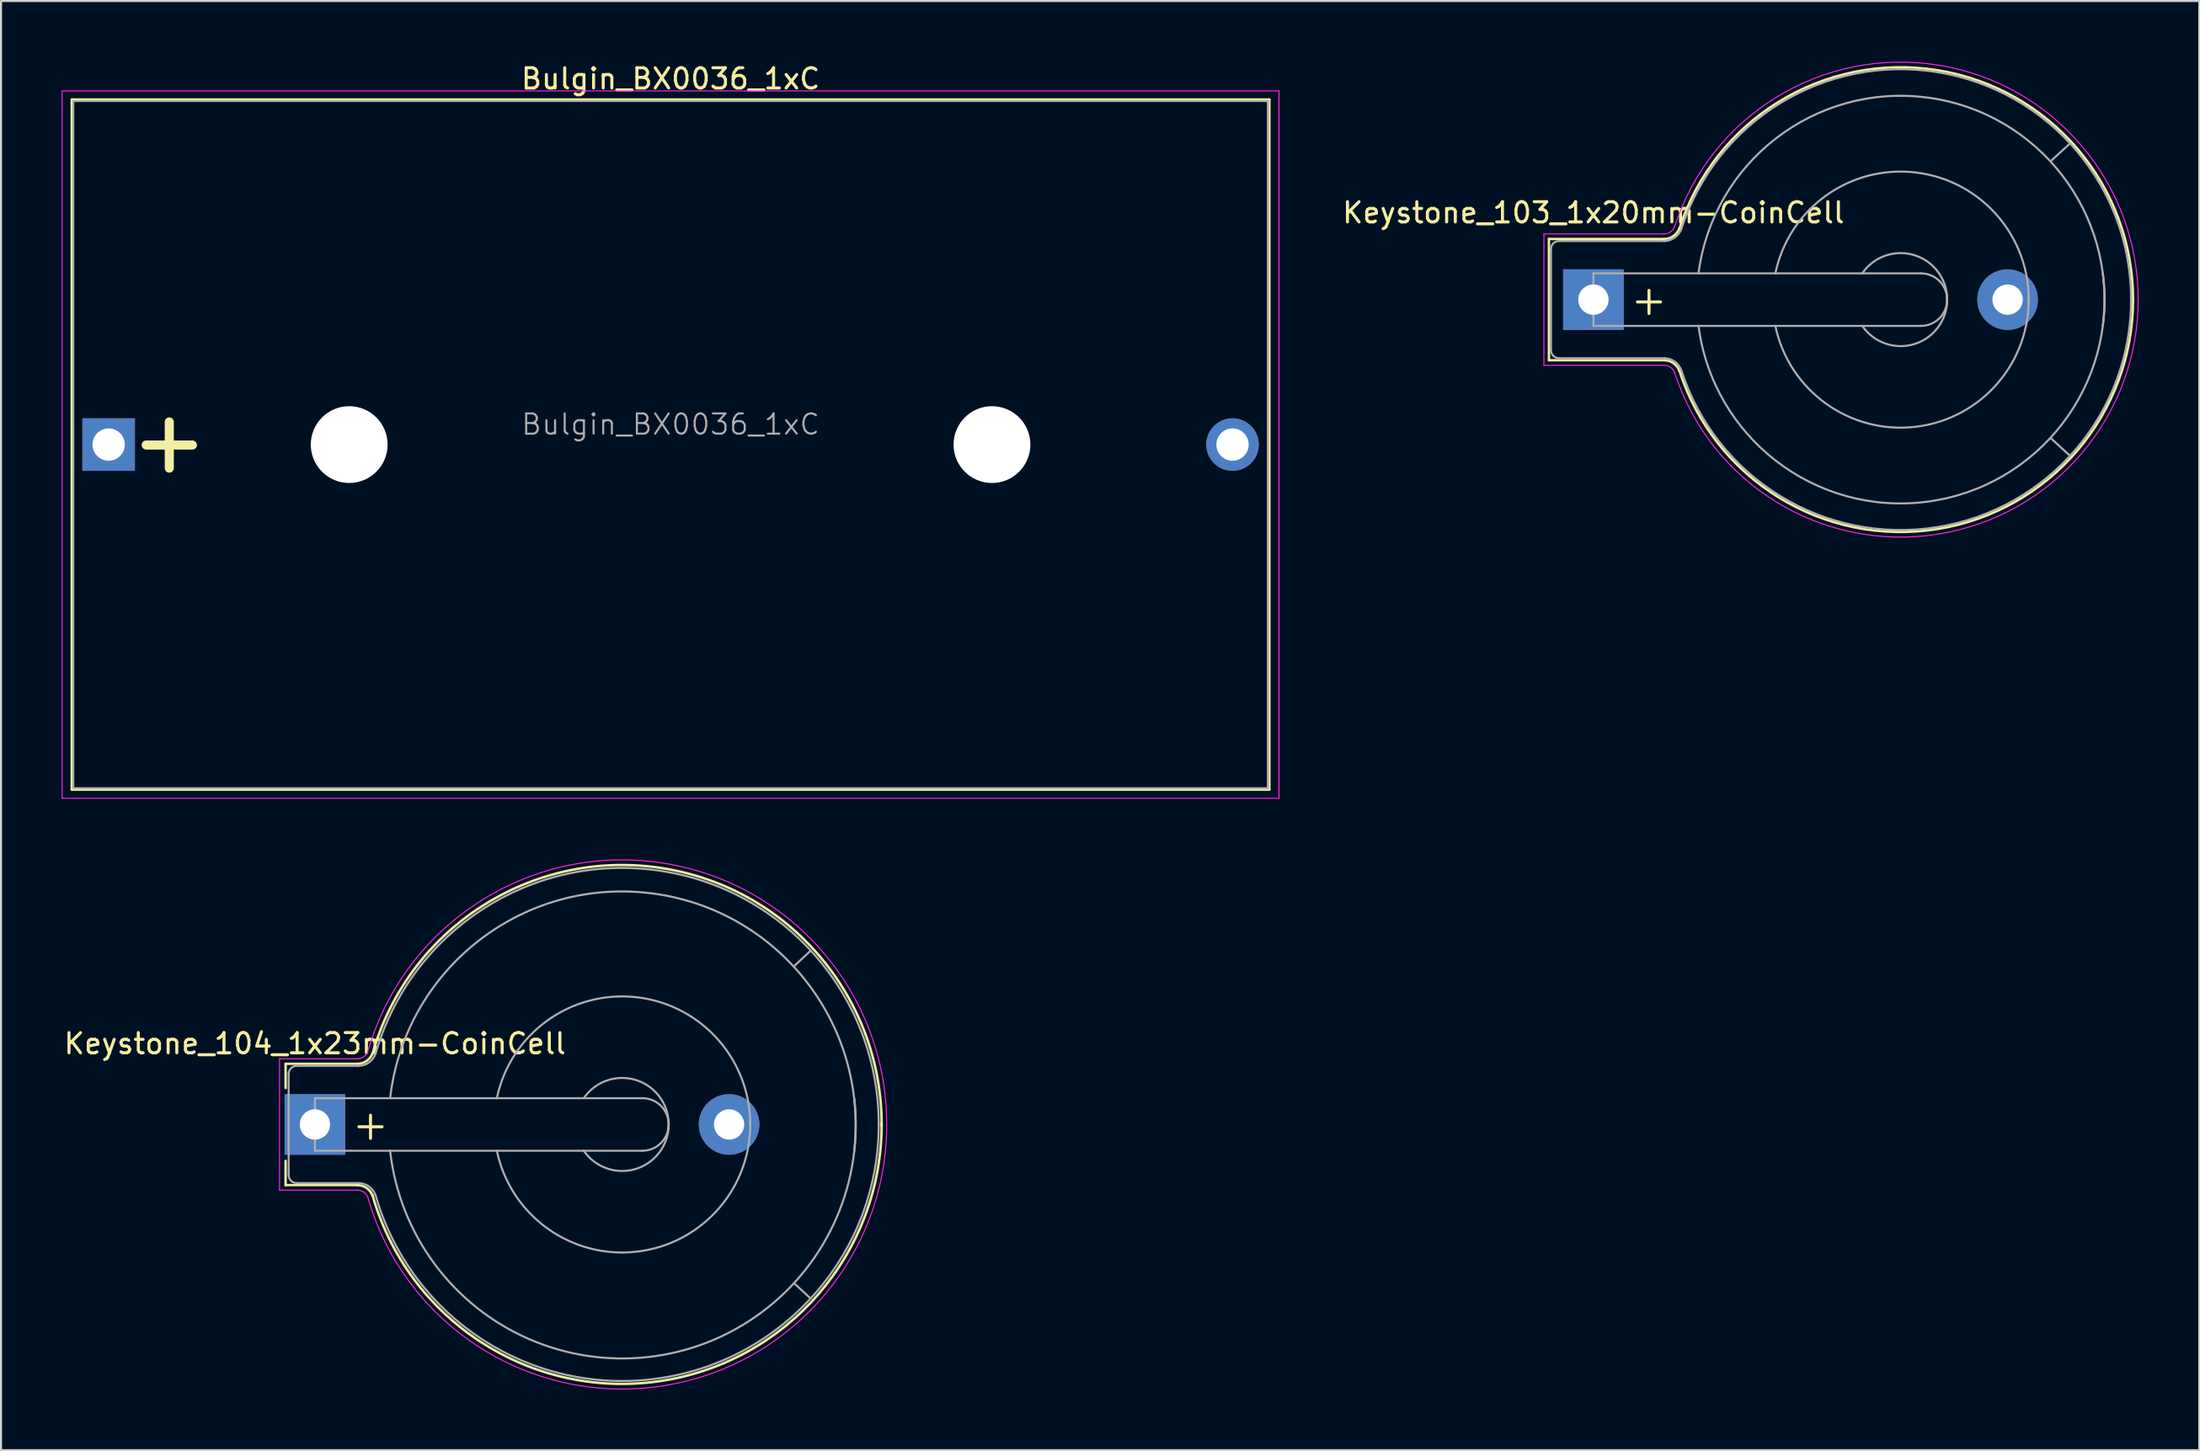
<source format=kicad_pcb>
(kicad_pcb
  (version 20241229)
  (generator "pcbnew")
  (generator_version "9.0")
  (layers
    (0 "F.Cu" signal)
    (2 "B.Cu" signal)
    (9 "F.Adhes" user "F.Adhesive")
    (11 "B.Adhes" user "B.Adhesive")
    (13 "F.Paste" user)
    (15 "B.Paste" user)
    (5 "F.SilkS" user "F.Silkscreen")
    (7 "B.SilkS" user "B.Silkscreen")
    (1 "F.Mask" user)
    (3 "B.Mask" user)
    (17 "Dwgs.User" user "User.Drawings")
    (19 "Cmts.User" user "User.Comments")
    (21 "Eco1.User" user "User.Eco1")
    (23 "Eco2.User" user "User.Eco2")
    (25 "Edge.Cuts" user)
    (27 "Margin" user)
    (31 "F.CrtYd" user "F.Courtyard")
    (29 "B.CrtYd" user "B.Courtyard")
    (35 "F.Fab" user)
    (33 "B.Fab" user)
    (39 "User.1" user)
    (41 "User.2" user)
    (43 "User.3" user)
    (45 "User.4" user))
  (footprint "Keystone_103_1x20mm-CoinCell"
    (layer "F.Cu")
    (at 75.78 11.775)
    (property "Reference" "Keystone_103_1x20mm-CoinCell" (at 0 -4.3 0) (layer "F.SilkS") (effects (font (size 1 1) (thickness 0.15))))
    (attr through_hole)
    (fp_line (start -2.2 -3) (end 3.5 -3) (stroke (width 0.12) (type solid)) (layer "F.SilkS"))
    (fp_line (start -2.2 3) (end -2.2 -3) (stroke (width 0.12) (type solid)) (layer "F.SilkS"))
    (fp_line (start -2.2 3) (end 3.5 3) (stroke (width 0.12) (type solid)) (layer "F.SilkS"))
    (fp_arc (start 3.5 3) (mid 3.958861 3.144678) (end 4.251754 3.526384) (stroke (width 0.12) (type solid)) (layer "F.SilkS"))
    (fp_arc (start 4.25 -3.5) (mid 16.993514 -11.35499) (end 26.695671 0.045281) (stroke (width 0.12) (type solid)) (layer "F.SilkS"))
    (fp_arc (start 4.251754 -3.526384) (mid 3.958861 -3.144678) (end 3.5 -3) (stroke (width 0.12) (type solid)) (layer "F.SilkS"))
    (fp_arc (start 26.695671 -0.045281) (mid 16.993514 11.35499) (end 4.25 3.5) (stroke (width 0.12) (type solid)) (layer "F.SilkS"))
    (fp_line (start -2.45 -3.25) (end 3.5 -3.25) (stroke (width 0.05) (type solid)) (layer "F.CrtYd"))
    (fp_line (start -2.45 3.25) (end -2.45 -3.25) (stroke (width 0.05) (type solid)) (layer "F.CrtYd"))
    (fp_line (start -2.45 3.25) (end 3.5 3.25) (stroke (width 0.05) (type solid)) (layer "F.CrtYd"))
    (fp_arc (start 3.5 3.25) (mid 3.815467 3.349466) (end 4.016831 3.611889) (stroke (width 0.05) (type solid)) (layer "F.CrtYd"))
    (fp_arc (start 4.015 -3.6) (mid 17.056602 -11.602468) (end 26.949865 0.069987) (stroke (width 0.05) (type solid)) (layer "F.CrtYd"))
    (fp_arc (start 4.016831 -3.611889) (mid 3.815467 -3.349466) (end 3.5 -3.25) (stroke (width 0.05) (type solid)) (layer "F.CrtYd"))
    (fp_arc (start 26.949865 -0.069987) (mid 17.056602 11.602468) (end 4.015 3.6) (stroke (width 0.05) (type solid)) (layer "F.CrtYd"))
    (fp_line (start -2.1 -2.5) (end -2.1 2.5) (stroke (width 0.1) (type solid)) (layer "F.Fab"))
    (fp_line (start -1.7 2.9) (end 3.531 2.9) (stroke (width 0.1) (type solid)) (layer "F.Fab"))
    (fp_line (start 0 -1.3) (end 0 1.3) (stroke (width 0.1) (type solid)) (layer "F.Fab"))
    (fp_line (start 0 1.3) (end 16.2 1.3) (stroke (width 0.1) (type solid)) (layer "F.Fab"))
    (fp_line (start 3.531 -2.9) (end -1.7 -2.9) (stroke (width 0.1) (type solid)) (layer "F.Fab"))
    (fp_line (start 16.2 -1.3) (end 0 -1.3) (stroke (width 0.1) (type solid)) (layer "F.Fab"))
    (fp_line (start 23.571 -7.722) (end 22.631 -6.858) (stroke (width 0.1) (type solid)) (layer "F.Fab"))
    (fp_line (start 23.571 7.722) (end 22.657 6.883) (stroke (width 0.1) (type solid)) (layer "F.Fab"))
    (fp_arc (start -2.1 -2.5) (mid -1.982843 -2.782843) (end -1.7 -2.9) (stroke (width 0.1) (type solid)) (layer "F.Fab"))
    (fp_arc (start -1.7 2.9) (mid -1.982843 2.782843) (end -2.1 2.5) (stroke (width 0.1) (type solid)) (layer "F.Fab"))
    (fp_arc (start 3.5 2.9) (mid 4.016219 3.062763) (end 4.345723 3.492182) (stroke (width 0.1) (type solid)) (layer "F.Fab"))
    (fp_arc (start 4.345723 -3.492182) (mid 4.016219 -3.062763) (end 3.5 -2.9) (stroke (width 0.1) (type solid)) (layer "F.Fab"))
    (fp_arc (start 4.35 -3.5) (mid 17.008726 -11.256154) (end 26.600299 0.075351) (stroke (width 0.1) (type solid)) (layer "F.Fab"))
    (fp_arc (start 5.2 -1.3) (mid 16.5 -10) (end 25.2 1.3) (stroke (width 0.1) (type solid)) (layer "F.Fab"))
    (fp_arc (start 9 -1.3) (mid 15.954687 -6.28971) (end 21.531551 0.203631) (stroke (width 0.1) (type solid)) (layer "F.Fab"))
    (fp_arc (start 13.3 -1.3) (mid 15.963947 -2.171724) (end 17.495448 0.175833) (stroke (width 0.1) (type solid)) (layer "F.Fab"))
    (fp_arc (start 16.2 -1.3) (mid 17.5 0) (end 16.2 1.3) (stroke (width 0.1) (type solid)) (layer "F.Fab"))
    (fp_arc (start 17.495448 -0.175833) (mid 15.963947 2.171724) (end 13.3 1.3) (stroke (width 0.1) (type solid)) (layer "F.Fab"))
    (fp_arc (start 21.531551 -0.203631) (mid 15.954687 6.28971) (end 9 1.3) (stroke (width 0.1) (type solid)) (layer "F.Fab"))
    (fp_arc (start 25.2 -1.3) (mid 16.5 10) (end 5.2 1.3) (stroke (width 0.1) (type solid)) (layer "F.Fab"))
    (fp_arc (start 26.600299 -0.075351) (mid 17.008726 11.256154) (end 4.35 3.5) (stroke (width 0.1) (type solid)) (layer "F.Fab"))
    (fp_text user "+" (at 2.75 0 0) (layer "F.SilkS") (effects (font (size 1.5 1.5) (thickness 0.15))))
    (pad "1" thru_hole rect (at 0 0) (size 3 3) (drill 1.5) (layers "*.Cu" "*.Mask"))
    (pad "2" thru_hole circle (at 20.49 0) (size 3 3) (drill 1.5) (layers "*.Cu" "*.Mask")))
  (footprint "Bulgin_BX0036_1xC"
    (layer "F.Cu")
    (at 2.325 18.948)
    (property "Reference" "Bulgin_BX0036_1xC" (at 27.8 -18.1 0) (layer "F.SilkS") (effects (font (size 1 1) (thickness 0.15))))
    (attr through_hole)
    (fp_line (start -1.81 -17.06) (end -1.81 17.06) (stroke (width 0.15) (type solid)) (layer "F.SilkS"))
    (fp_line (start -1.81 -17.06) (end 57.41 -17.06) (stroke (width 0.15) (type solid)) (layer "F.SilkS"))
    (fp_line (start -1.81 17.06) (end 57.41 17.06) (stroke (width 0.15) (type solid)) (layer "F.SilkS"))
    (fp_line (start 57.41 -17.06) (end 57.41 17.06) (stroke (width 0.15) (type solid)) (layer "F.SilkS"))
    (fp_line (start -2.3 -17.5) (end 57.9 -17.5) (stroke (width 0.05) (type solid)) (layer "F.CrtYd"))
    (fp_line (start -2.3 17.5) (end -2.3 -17.5) (stroke (width 0.05) (type solid)) (layer "F.CrtYd"))
    (fp_line (start 57.9 -17.5) (end 57.9 17.5) (stroke (width 0.05) (type solid)) (layer "F.CrtYd"))
    (fp_line (start 57.9 17.5) (end -2.3 17.5) (stroke (width 0.05) (type solid)) (layer "F.CrtYd"))
    (fp_line (start -1.75 -17) (end 57.35 -17) (stroke (width 0.1) (type solid)) (layer "F.Fab"))
    (fp_line (start -1.75 17) (end -1.75 -17) (stroke (width 0.1) (type solid)) (layer "F.Fab"))
    (fp_line (start 57.35 -17) (end 57.35 17) (stroke (width 0.1) (type solid)) (layer "F.Fab"))
    (fp_line (start 57.35 17) (end -1.75 17) (stroke (width 0.1) (type solid)) (layer "F.Fab"))
    (fp_text user "+" (at 3 -0.2 0) (layer "F.SilkS") (effects (font (size 3 3) (thickness 0.45))))
    (fp_text user "${REFERENCE}" (at 27.8 -1 0) (layer "F.Fab") (effects (font (size 1 1) (thickness 0.1))))
    (pad "" np_thru_hole circle (at 11.9 0) (size 3.8 3.8) (drill 3.8) (layers "*.Cu" "*.Mask"))
    (pad "" np_thru_hole circle (at 43.7 0) (size 3.8 3.8) (drill 3.8) (layers "*.Cu" "*.Mask"))
    (pad "1" thru_hole rect (at 0 0) (size 2.6 2.6) (drill 1.6) (layers "*.Cu" "*.Mask"))
    (pad "2" thru_hole circle (at 55.6 0) (size 2.6 2.6) (drill 1.6) (layers "*.Cu" "*.Mask")))
  (footprint "Keystone_104_1x23mm-CoinCell"
    (layer "F.Cu")
    (at 12.53 52.588)
    (property "Reference" "Keystone_104_1x23mm-CoinCell" (at 0 -4 0) (layer "F.SilkS") (effects (font (size 1 1) (thickness 0.15))))
    (attr through_hole)
    (fp_line (start -1.45 -3) (end 2.15 -3) (stroke (width 0.12) (type solid)) (layer "F.SilkS"))
    (fp_line (start -1.45 -1.8) (end -1.45 -3) (stroke (width 0.12) (type solid)) (layer "F.SilkS"))
    (fp_line (start -1.45 1.8) (end -1.45 3) (stroke (width 0.12) (type solid)) (layer "F.SilkS"))
    (fp_line (start -1.45 3) (end 2.15 3) (stroke (width 0.12) (type solid)) (layer "F.SilkS"))
    (fp_arc (start 2.1 3) (mid 2.558861 3.144678) (end 2.851754 3.526384) (stroke (width 0.12) (type solid)) (layer "F.SilkS"))
    (fp_arc (start 2.85 -3.5) (mid 17.002622 -12.709172) (end 28.03617 0.072313) (stroke (width 0.12) (type solid)) (layer "F.SilkS"))
    (fp_arc (start 2.851754 -3.526384) (mid 2.558861 -3.144678) (end 2.1 -3) (stroke (width 0.12) (type solid)) (layer "F.SilkS"))
    (fp_arc (start 28.03617 -0.072313) (mid 17.002622 12.709172) (end 2.85 3.5) (stroke (width 0.12) (type solid)) (layer "F.SilkS"))
    (fp_line (start -1.75 -3.25) (end 2.15 -3.25) (stroke (width 0.05) (type solid)) (layer "F.CrtYd"))
    (fp_line (start -1.75 3.25) (end -1.75 -3.25) (stroke (width 0.05) (type solid)) (layer "F.CrtYd"))
    (fp_line (start -1.75 3.25) (end 2.15 3.25) (stroke (width 0.05) (type solid)) (layer "F.CrtYd"))
    (fp_arc (start 2.1 3.25) (mid 2.415467 3.349466) (end 2.616831 3.611889) (stroke (width 0.05) (type solid)) (layer "F.CrtYd"))
    (fp_arc (start 2.615 -3.6) (mid 17.013472 -12.963547) (end 28.289773 -0.008354) (stroke (width 0.05) (type solid)) (layer "F.CrtYd"))
    (fp_arc (start 2.616831 -3.611889) (mid 2.415467 -3.349466) (end 2.1 -3.25) (stroke (width 0.05) (type solid)) (layer "F.CrtYd"))
    (fp_arc (start 28.289773 0.008354) (mid 17.013472 12.963547) (end 2.615 3.6) (stroke (width 0.05) (type solid)) (layer "F.CrtYd"))
    (fp_line (start -1.3 -2.5) (end -1.3 2.5) (stroke (width 0.1) (type solid)) (layer "F.Fab"))
    (fp_line (start -0.9 2.9) (end 2.15 2.9) (stroke (width 0.1) (type solid)) (layer "F.Fab"))
    (fp_line (start 0 -1.3) (end 0 1.3) (stroke (width 0.1) (type solid)) (layer "F.Fab"))
    (fp_line (start 0 1.3) (end 16.2 1.3) (stroke (width 0.1) (type solid)) (layer "F.Fab"))
    (fp_line (start 2.15 -2.9) (end -0.9 -2.9) (stroke (width 0.1) (type solid)) (layer "F.Fab"))
    (fp_line (start 16.2 -1.3) (end 0 -1.3) (stroke (width 0.1) (type solid)) (layer "F.Fab"))
    (fp_line (start 23.698 7.849) (end 24.526 8.613) (stroke (width 0.1) (type solid)) (layer "F.Fab"))
    (fp_line (start 23.724 -7.849) (end 24.526 -8.601) (stroke (width 0.1) (type solid)) (layer "F.Fab"))
    (fp_arc (start -1.3 -2.5) (mid -1.182843 -2.782843) (end -0.9 -2.9) (stroke (width 0.1) (type solid)) (layer "F.Fab"))
    (fp_arc (start -0.9 2.9) (mid -1.182843 2.782843) (end -1.3 2.5) (stroke (width 0.1) (type solid)) (layer "F.Fab"))
    (fp_arc (start 2.15 2.9) (mid 2.666219 3.062763) (end 2.995723 3.492182) (stroke (width 0.1) (type solid)) (layer "F.Fab"))
    (fp_arc (start 2.995723 -3.492182) (mid 2.666219 -3.062763) (end 2.15 -2.9) (stroke (width 0.1) (type solid)) (layer "F.Fab"))
    (fp_arc (start 3 -3.5) (mid 16.968026 -12.568376) (end 27.892123 0.00164) (stroke (width 0.1) (type solid)) (layer "F.Fab"))
    (fp_arc (start 3.72 -1.3) (mid 16.5 -11.48) (end 26.68 1.3) (stroke (width 0.1) (type solid)) (layer "F.Fab"))
    (fp_arc (start 9 -1.3) (mid 15.954687 -6.28971) (end 21.531551 0.203631) (stroke (width 0.1) (type solid)) (layer "F.Fab"))
    (fp_arc (start 13.3 -1.3) (mid 15.963947 -2.171724) (end 17.495448 0.175833) (stroke (width 0.1) (type solid)) (layer "F.Fab"))
    (fp_arc (start 16.2 -1.3) (mid 17.5 0) (end 16.2 1.3) (stroke (width 0.1) (type solid)) (layer "F.Fab"))
    (fp_arc (start 17.495448 -0.175833) (mid 15.963947 2.171724) (end 13.3 1.3) (stroke (width 0.1) (type solid)) (layer "F.Fab"))
    (fp_arc (start 21.531551 -0.203631) (mid 15.954687 6.28971) (end 9 1.3) (stroke (width 0.1) (type solid)) (layer "F.Fab"))
    (fp_arc (start 26.68 -1.3) (mid 16.5 11.48) (end 3.72 1.3) (stroke (width 0.1) (type solid)) (layer "F.Fab"))
    (fp_arc (start 27.892123 -0.00164) (mid 16.968026 12.568376) (end 3 3.5) (stroke (width 0.1) (type solid)) (layer "F.Fab"))
    (fp_text user "+" (at 2.75 0 0) (layer "F.SilkS") (effects (font (size 1.5 1.5) (thickness 0.15))))
    (pad "1" thru_hole rect (at 0 0) (size 3 3) (drill 1.5) (layers "*.Cu" "*.Mask"))
    (pad "2" thru_hole circle (at 20.49 0) (size 3 3) (drill 1.5) (layers "*.Cu" "*.Mask")))
  (gr_rect
    (start -3 -3)
    (end 105.755 68.703)
    (stroke (width 0.1) (type default))
    (fill no)
    (layer "Edge.Cuts")))
</source>
